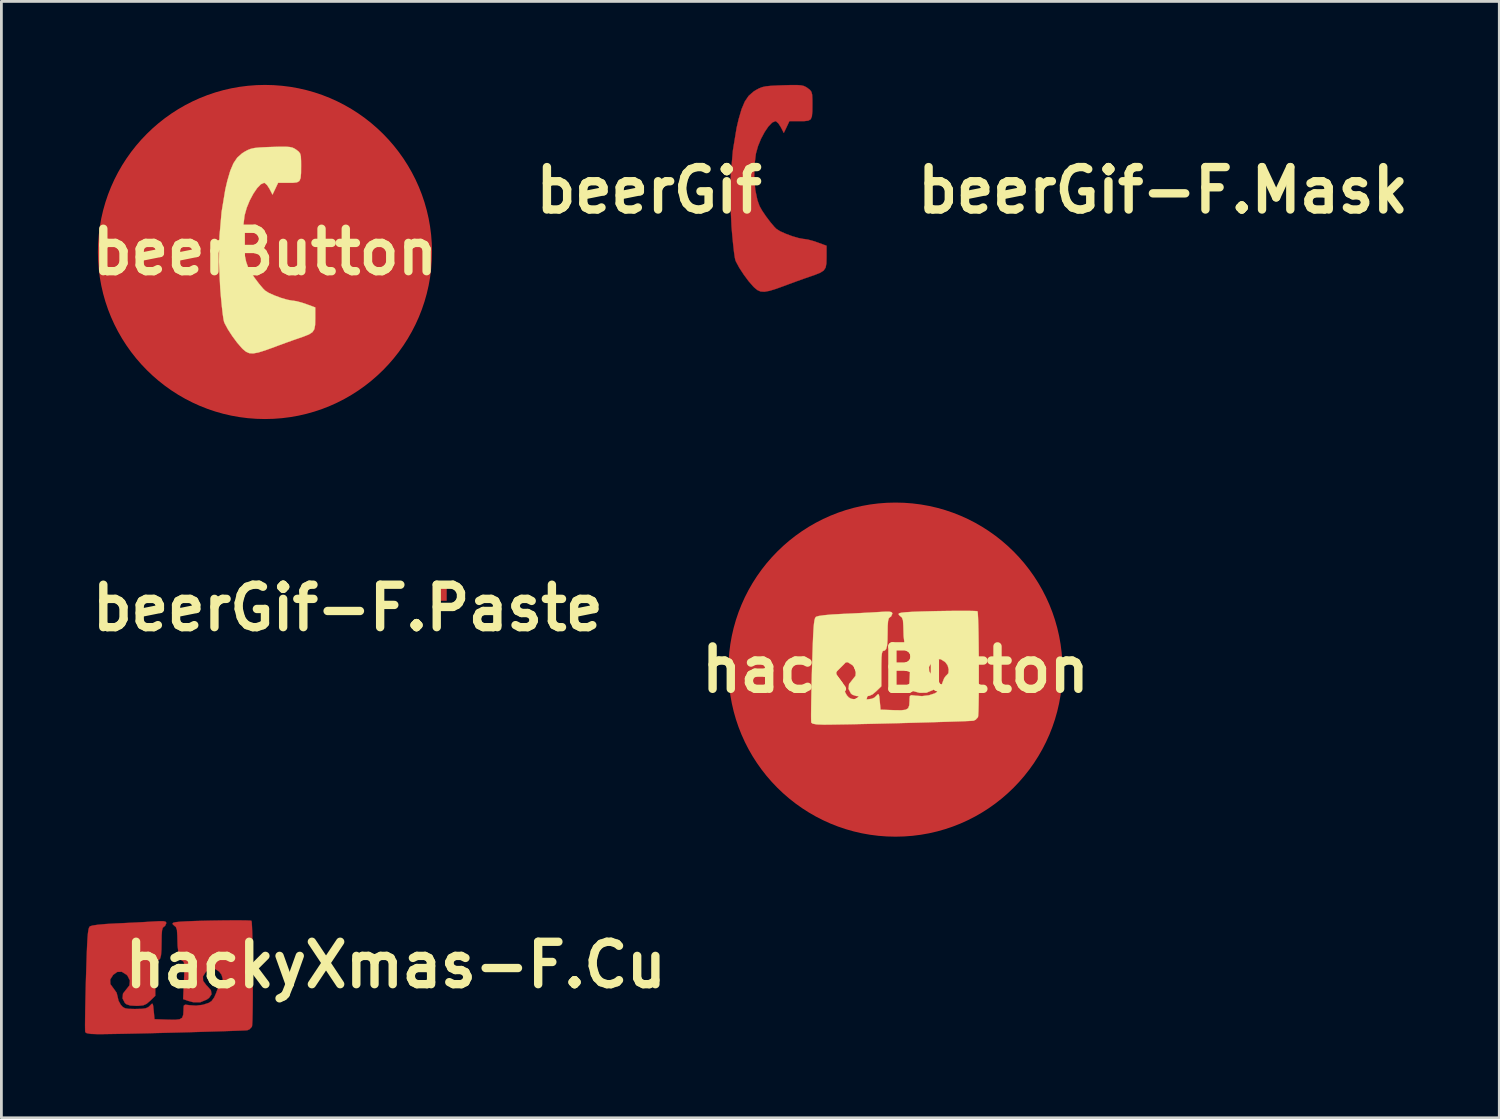
<source format=kicad_pcb>
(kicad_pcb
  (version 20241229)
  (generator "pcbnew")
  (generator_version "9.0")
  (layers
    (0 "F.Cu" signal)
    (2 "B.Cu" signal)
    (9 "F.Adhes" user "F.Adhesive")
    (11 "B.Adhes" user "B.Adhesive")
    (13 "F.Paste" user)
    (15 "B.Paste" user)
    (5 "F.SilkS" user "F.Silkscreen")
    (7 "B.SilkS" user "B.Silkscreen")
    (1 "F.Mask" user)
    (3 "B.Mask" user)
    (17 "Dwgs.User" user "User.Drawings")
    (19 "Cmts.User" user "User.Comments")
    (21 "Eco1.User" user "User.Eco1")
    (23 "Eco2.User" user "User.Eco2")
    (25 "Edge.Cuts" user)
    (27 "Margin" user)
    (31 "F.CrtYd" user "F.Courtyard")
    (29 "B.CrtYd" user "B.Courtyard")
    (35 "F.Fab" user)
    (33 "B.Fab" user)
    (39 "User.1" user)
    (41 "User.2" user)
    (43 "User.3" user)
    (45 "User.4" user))
  (footprint "hackyXmas-F.Cu"
    (layer "F.Cu")
    (at 3.035 32.116)
    (property "Reference" "hackyXmas-F.Cu" (at 8.128 -0.508 0) (layer "F.SilkS") (effects (font (size 1.524 1.524) (thickness 0.3))))
    (attr through_hole)
    (fp_poly (pts (xy 2.54 -2.111) (xy 2.765 -2.108) (xy 2.906 -2.102) (xy 2.946 -2.095) (xy 2.957 -2.031) (xy 2.966 -1.871) (xy 2.975 -1.629) (xy 2.982 -1.324) (xy 2.987 -0.97) (xy 2.991 -0.585) (xy 2.994 -0.183) (xy 2.994 0.218) (xy 2.994 0.603) (xy 2.991 0.954) (xy 2.986 1.257) (xy 2.98 1.495) (xy 2.971 1.652) (xy 2.963 1.708) (xy 2.879 1.8) (xy 2.802 1.834) (xy 2.724 1.84) (xy 2.548 1.848) (xy 2.285 1.858) (xy 1.951 1.869) (xy 1.559 1.881) (xy 1.123 1.894) (xy 0.655 1.907) (xy 0.17 1.92) (xy -0.318 1.932) (xy -0.796 1.944) (xy -1.25 1.954) (xy -1.666 1.963) (xy -2.032 1.969) (xy -2.332 1.974) (xy -2.554 1.976) (xy -2.569 1.976) (xy -2.822 1.967) (xy -2.971 1.941) (xy -3.023 1.903) (xy -3.028 1.831) (xy -3.03 1.66) (xy -3.028 1.404) (xy -3.023 1.077) (xy -3.015 0.693) (xy -3.005 0.267) (xy -2.998 0.001) (xy -2.982 -0.509) (xy -2.968 -0.918) (xy -2.955 -1.237) (xy -2.941 -1.478) (xy -2.926 -1.652) (xy -2.909 -1.77) (xy -2.889 -1.844) (xy -2.865 -1.885) (xy -2.852 -1.897) (xy -2.757 -1.926) (xy -2.565 -1.954) (xy -2.291 -1.979) (xy -1.952 -1.998) (xy -1.93 -1.999) (xy -1.583 -2.015) (xy -1.226 -2.033) (xy -0.898 -2.05) (xy -0.638 -2.066) (xy -0.607 -2.068) (xy -0.368 -2.081) (xy -0.221 -2.081) (xy -0.143 -2.065) (xy -0.115 -2.031) (xy -0.113 -2.008) (xy -0.158 -1.909) (xy -0.198 -1.883) (xy -0.24 -1.842) (xy -0.266 -1.744) (xy -0.279 -1.57) (xy -0.282 -1.353) (xy -0.287 -1.059) (xy -0.302 -0.86) (xy -0.333 -0.742) (xy -0.382 -0.687) (xy -0.429 -0.677) (xy -0.465 -0.655) (xy -0.488 -0.577) (xy -0.502 -0.428) (xy -0.507 -0.19) (xy -0.508 -0.039) (xy -0.508 0.599) (xy -0.694 0.779) (xy -0.82 0.887) (xy -0.941 0.941) (xy -1.105 0.958) (xy -1.193 0.96) (xy -1.409 0.947) (xy -1.544 0.902) (xy -1.6 0.856) (xy -1.685 0.69) (xy -1.667 0.518) (xy -1.552 0.372) (xy -1.436 0.225) (xy -1.419 0.052) (xy -1.503 -0.118) (xy -1.542 -0.159) (xy -1.711 -0.265) (xy -1.875 -0.259) (xy -2.022 -0.152) (xy -2.128 0.016) (xy -2.121 0.179) (xy -2.004 0.339) (xy -1.897 0.488) (xy -1.863 0.623) (xy -1.828 0.776) (xy -1.746 0.924) (xy -1.675 1.001) (xy -1.593 1.046) (xy -1.469 1.067) (xy -1.271 1.072) (xy -1.218 1.072) (xy -0.993 1.067) (xy -0.85 1.047) (xy -0.757 1.005) (xy -0.7 0.953) (xy -0.638 0.889) (xy -0.603 0.886) (xy -0.583 0.962) (xy -0.565 1.132) (xy -0.564 1.136) (xy -0.536 1.439) (xy -0.049 1.456) (xy 0.204 1.46) (xy 0.366 1.442) (xy 0.456 1.388) (xy 0.496 1.282) (xy 0.507 1.11) (xy 0.507 1.056) (xy 0.516 0.953) (xy 0.565 0.918) (xy 0.686 0.931) (xy 0.706 0.935) (xy 0.952 0.952) (xy 1.202 0.922) (xy 1.414 0.853) (xy 1.514 0.788) (xy 1.607 0.659) (xy 1.683 0.487) (xy 1.692 0.457) (xy 1.749 0.31) (xy 1.818 0.216) (xy 1.835 0.205) (xy 1.905 0.126) (xy 1.916 -0.008) (xy 1.872 -0.157) (xy 1.788 -0.272) (xy 1.619 -0.378) (xy 1.456 -0.371) (xy 1.308 -0.264) (xy 1.203 -0.098) (xy 1.21 0.063) (xy 1.329 0.223) (xy 1.355 0.245) (xy 1.49 0.4) (xy 1.513 0.543) (xy 1.424 0.674) (xy 1.341 0.734) (xy 1.11 0.83) (xy 0.865 0.832) (xy 0.678 0.782) (xy 0.492 0.717) (xy 0.523 0.042) (xy 0.535 -0.246) (xy 0.538 -0.439) (xy 0.53 -0.559) (xy 0.509 -0.624) (xy 0.474 -0.654) (xy 0.454 -0.66) (xy 0.381 -0.737) (xy 0.327 -0.918) (xy 0.294 -1.2) (xy 0.283 -1.568) (xy 0.27 -1.768) (xy 0.231 -1.874) (xy 0.198 -1.899) (xy 0.123 -1.966) (xy 0.113 -2.002) (xy 0.139 -2.026) (xy 0.225 -2.046) (xy 0.38 -2.062) (xy 0.614 -2.076) (xy 0.938 -2.088) (xy 1.362 -2.099) (xy 1.51 -2.102) (xy 1.896 -2.108) (xy 2.245 -2.111) (xy 2.54 -2.111)) (stroke (width 0.01) (type solid)) (fill yes) (layer "F.Cu")))
  (footprint "hackyButton"
    (layer "F.Cu")
    (at 29.111 21)
    (property "Reference" "hackyButton" (at 0 0 0) (layer "F.SilkS") (effects (font (size 1.524 1.524) (thickness 0.3))))
    (attr through_hole)
    (fp_poly (pts (xy 2.54 -2.111) (xy 2.765 -2.108) (xy 2.906 -2.102) (xy 2.946 -2.095) (xy 2.957 -2.031) (xy 2.966 -1.871) (xy 2.975 -1.629) (xy 2.982 -1.324) (xy 2.987 -0.97) (xy 2.991 -0.585) (xy 2.994 -0.183) (xy 2.994 0.218) (xy 2.994 0.603) (xy 2.991 0.954) (xy 2.986 1.257) (xy 2.98 1.495) (xy 2.971 1.652) (xy 2.963 1.708) (xy 2.879 1.8) (xy 2.802 1.834) (xy 2.724 1.84) (xy 2.548 1.848) (xy 2.285 1.858) (xy 1.951 1.869) (xy 1.559 1.881) (xy 1.123 1.894) (xy 0.655 1.907) (xy 0.17 1.92) (xy -0.318 1.932) (xy -0.796 1.944) (xy -1.25 1.954) (xy -1.666 1.963) (xy -2.032 1.969) (xy -2.332 1.974) (xy -2.554 1.976) (xy -2.569 1.976) (xy -2.822 1.967) (xy -2.971 1.941) (xy -3.023 1.903) (xy -3.028 1.831) (xy -3.03 1.66) (xy -3.028 1.404) (xy -3.023 1.077) (xy -3.015 0.693) (xy -3.005 0.267) (xy -2.998 0.001) (xy -2.982 -0.509) (xy -2.968 -0.918) (xy -2.955 -1.237) (xy -2.941 -1.478) (xy -2.926 -1.652) (xy -2.909 -1.77) (xy -2.889 -1.844) (xy -2.865 -1.885) (xy -2.852 -1.897) (xy -2.757 -1.926) (xy -2.565 -1.954) (xy -2.291 -1.979) (xy -1.952 -1.998) (xy -1.93 -1.999) (xy -1.583 -2.015) (xy -1.226 -2.033) (xy -0.898 -2.05) (xy -0.638 -2.066) (xy -0.607 -2.068) (xy -0.368 -2.081) (xy -0.221 -2.081) (xy -0.143 -2.065) (xy -0.115 -2.031) (xy -0.113 -2.008) (xy -0.158 -1.909) (xy -0.198 -1.883) (xy -0.24 -1.842) (xy -0.266 -1.744) (xy -0.279 -1.57) (xy -0.282 -1.353) (xy -0.287 -1.059) (xy -0.302 -0.86) (xy -0.333 -0.742) (xy -0.382 -0.687) (xy -0.429 -0.677) (xy -0.465 -0.655) (xy -0.488 -0.577) (xy -0.502 -0.428) (xy -0.507 -0.19) (xy -0.508 -0.039) (xy -0.508 0.599) (xy -0.694 0.779) (xy -0.82 0.887) (xy -0.941 0.941) (xy -1.105 0.958) (xy -1.193 0.96) (xy -1.409 0.947) (xy -1.544 0.902) (xy -1.6 0.856) (xy -1.685 0.69) (xy -1.667 0.518) (xy -1.552 0.372) (xy -1.436 0.225) (xy -1.419 0.052) (xy -1.503 -0.118) (xy -1.542 -0.159) (xy -1.711 -0.265) (xy -1.875 -0.259) (xy -2.022 -0.152) (xy -2.128 0.016) (xy -2.121 0.179) (xy -2.004 0.339) (xy -1.897 0.488) (xy -1.863 0.623) (xy -1.828 0.776) (xy -1.746 0.924) (xy -1.675 1.001) (xy -1.593 1.046) (xy -1.469 1.067) (xy -1.271 1.072) (xy -1.218 1.072) (xy -0.993 1.067) (xy -0.85 1.047) (xy -0.757 1.005) (xy -0.7 0.953) (xy -0.638 0.889) (xy -0.603 0.886) (xy -0.583 0.962) (xy -0.565 1.132) (xy -0.564 1.136) (xy -0.536 1.439) (xy -0.049 1.456) (xy 0.204 1.46) (xy 0.366 1.442) (xy 0.456 1.388) (xy 0.496 1.282) (xy 0.507 1.11) (xy 0.507 1.056) (xy 0.516 0.953) (xy 0.565 0.918) (xy 0.686 0.931) (xy 0.706 0.935) (xy 0.952 0.952) (xy 1.202 0.922) (xy 1.414 0.853) (xy 1.514 0.788) (xy 1.607 0.659) (xy 1.683 0.487) (xy 1.692 0.457) (xy 1.749 0.31) (xy 1.818 0.216) (xy 1.835 0.205) (xy 1.905 0.126) (xy 1.916 -0.008) (xy 1.872 -0.157) (xy 1.788 -0.272) (xy 1.619 -0.378) (xy 1.456 -0.371) (xy 1.308 -0.264) (xy 1.203 -0.098) (xy 1.21 0.063) (xy 1.329 0.223) (xy 1.355 0.245) (xy 1.49 0.4) (xy 1.513 0.543) (xy 1.424 0.674) (xy 1.341 0.734) (xy 1.11 0.83) (xy 0.865 0.832) (xy 0.678 0.782) (xy 0.492 0.717) (xy 0.523 0.042) (xy 0.535 -0.246) (xy 0.538 -0.439) (xy 0.53 -0.559) (xy 0.509 -0.624) (xy 0.474 -0.654) (xy 0.454 -0.66) (xy 0.381 -0.737) (xy 0.327 -0.918) (xy 0.294 -1.2) (xy 0.283 -1.568) (xy 0.27 -1.768) (xy 0.231 -1.874) (xy 0.198 -1.899) (xy 0.123 -1.966) (xy 0.113 -2.002) (xy 0.139 -2.026) (xy 0.225 -2.046) (xy 0.38 -2.062) (xy 0.614 -2.076) (xy 0.938 -2.088) (xy 1.362 -2.099) (xy 1.51 -2.102) (xy 1.896 -2.108) (xy 2.245 -2.111) (xy 2.54 -2.111)) (stroke (width 0.01) (type solid)) (fill yes) (layer "F.SilkS"))
    (pad "1" smd circle (at 0 0) (size 12 12) (layers "F.Cu" "F.Mask" "F.Paste")))
  (footprint "beerGif-F.Mask"
    (layer "F.Cu")
    (at 43.292 3.785)
    (property "Reference" "beerGif-F.Mask" (at -4.572 0 0) (layer "F.SilkS") (effects (font (size 1.524 1.524) (thickness 0.3))))
    (attr through_hole)
    (fp_poly (pts (xy 0.89 -3.77) (xy 0.991 -3.747) (xy 1.071 -3.708) (xy 1.125 -3.672) (xy 1.212 -3.604) (xy 1.263 -3.535) (xy 1.289 -3.433) (xy 1.297 -3.269) (xy 1.298 -3.105) (xy 1.296 -2.834) (xy 1.28 -2.656) (xy 1.236 -2.551) (xy 1.15 -2.501) (xy 1.007 -2.485) (xy 0.851 -2.484) (xy 0.472 -2.484) (xy 0.372 -2.272) (xy 0.271 -2.061) (xy 0.162 -2.272) (xy 0.076 -2.404) (xy -0.009 -2.478) (xy -0.032 -2.484) (xy -0.147 -2.433) (xy -0.28 -2.296) (xy -0.417 -2.095) (xy -0.547 -1.852) (xy -0.655 -1.589) (xy -0.728 -1.329) (xy -0.733 -1.305) (xy -0.785 -0.881) (xy -0.791 -0.44) (xy -0.754 -0.015) (xy -0.675 0.359) (xy -0.601 0.564) (xy -0.51 0.727) (xy -0.371 0.932) (xy -0.213 1.142) (xy -0.065 1.317) (xy 0.007 1.388) (xy 0.139 1.471) (xy 0.343 1.562) (xy 0.577 1.649) (xy 0.804 1.715) (xy 0.983 1.748) (xy 1.014 1.75) (xy 1.137 1.769) (xy 1.32 1.818) (xy 1.476 1.87) (xy 1.806 1.991) (xy 1.806 2.405) (xy 1.801 2.622) (xy 1.774 2.772) (xy 1.706 2.878) (xy 1.579 2.961) (xy 1.372 3.043) (xy 1.214 3.097) (xy 1.006 3.169) (xy 0.738 3.265) (xy 0.455 3.369) (xy 0.339 3.413) (xy 0.008 3.533) (xy -0.24 3.61) (xy -0.423 3.643) (xy -0.563 3.634) (xy -0.678 3.583) (xy -0.79 3.491) (xy -0.823 3.458) (xy -0.994 3.262) (xy -1.171 3.023) (xy -1.331 2.777) (xy -1.446 2.563) (xy -1.468 2.51) (xy -1.49 2.408) (xy -1.518 2.215) (xy -1.548 1.95) (xy -1.579 1.635) (xy -1.607 1.296) (xy -1.651 0.355) (xy -1.633 -0.564) (xy -1.557 -1.437) (xy -1.424 -2.243) (xy -1.352 -2.553) (xy -1.246 -2.915) (xy -1.131 -3.186) (xy -0.995 -3.388) (xy -0.825 -3.54) (xy -0.737 -3.597) (xy -0.619 -3.661) (xy -0.506 -3.705) (xy -0.37 -3.735) (xy -0.186 -3.753) (xy 0.072 -3.766) (xy 0.236 -3.772) (xy 0.536 -3.78) (xy 0.746 -3.78) (xy 0.89 -3.77)) (stroke (width 0.01) (type solid)) (fill yes) (layer "F.Mask")))
  (footprint "beerGif"
    (layer "F.Cu")
    (at 24.83 3.785)
    (property "Reference" "beerGif" (at -4.572 0 0) (layer "F.SilkS") (effects (font (size 1.524 1.524) (thickness 0.3))))
    (attr through_hole)
    (fp_poly (pts (xy 0.89 -3.77) (xy 0.991 -3.747) (xy 1.071 -3.708) (xy 1.125 -3.672) (xy 1.212 -3.604) (xy 1.263 -3.535) (xy 1.289 -3.433) (xy 1.297 -3.269) (xy 1.298 -3.105) (xy 1.296 -2.834) (xy 1.28 -2.656) (xy 1.236 -2.551) (xy 1.15 -2.501) (xy 1.007 -2.485) (xy 0.851 -2.484) (xy 0.472 -2.484) (xy 0.372 -2.272) (xy 0.271 -2.061) (xy 0.162 -2.272) (xy 0.076 -2.404) (xy -0.009 -2.478) (xy -0.032 -2.484) (xy -0.147 -2.433) (xy -0.28 -2.296) (xy -0.417 -2.095) (xy -0.547 -1.852) (xy -0.655 -1.589) (xy -0.728 -1.329) (xy -0.733 -1.305) (xy -0.785 -0.881) (xy -0.791 -0.44) (xy -0.754 -0.015) (xy -0.675 0.359) (xy -0.601 0.564) (xy -0.51 0.727) (xy -0.371 0.932) (xy -0.213 1.142) (xy -0.065 1.317) (xy 0.007 1.388) (xy 0.139 1.471) (xy 0.343 1.562) (xy 0.577 1.649) (xy 0.804 1.715) (xy 0.983 1.748) (xy 1.014 1.75) (xy 1.137 1.769) (xy 1.32 1.818) (xy 1.476 1.87) (xy 1.806 1.991) (xy 1.806 2.405) (xy 1.801 2.622) (xy 1.774 2.772) (xy 1.706 2.878) (xy 1.579 2.961) (xy 1.372 3.043) (xy 1.214 3.097) (xy 1.006 3.169) (xy 0.738 3.265) (xy 0.455 3.369) (xy 0.339 3.413) (xy 0.008 3.533) (xy -0.24 3.61) (xy -0.423 3.643) (xy -0.563 3.634) (xy -0.678 3.583) (xy -0.79 3.491) (xy -0.823 3.458) (xy -0.994 3.262) (xy -1.171 3.023) (xy -1.331 2.777) (xy -1.446 2.563) (xy -1.468 2.51) (xy -1.49 2.408) (xy -1.518 2.215) (xy -1.548 1.95) (xy -1.579 1.635) (xy -1.607 1.296) (xy -1.651 0.355) (xy -1.633 -0.564) (xy -1.557 -1.437) (xy -1.424 -2.243) (xy -1.352 -2.553) (xy -1.246 -2.915) (xy -1.131 -3.186) (xy -0.995 -3.388) (xy -0.825 -3.54) (xy -0.737 -3.597) (xy -0.619 -3.661) (xy -0.506 -3.705) (xy -0.37 -3.735) (xy -0.186 -3.753) (xy 0.072 -3.766) (xy 0.236 -3.772) (xy 0.536 -3.78) (xy 0.746 -3.78) (xy 0.89 -3.77)) (stroke (width 0.01) (type solid)) (fill yes) (layer "F.Cu")))
  (footprint "beerGif-F.Paste"
    (layer "F.Cu")
    (at 14.014 18.785)
    (property "Reference" "beerGif-F.Paste" (at -4.572 0 0) (layer "F.SilkS") (effects (font (size 1.524 1.524) (thickness 0.3))))
    (attr through_hole)
    (fp_poly (pts (xy 0.89 -3.77) (xy 0.991 -3.747) (xy 1.071 -3.708) (xy 1.125 -3.672) (xy 1.212 -3.604) (xy 1.263 -3.535) (xy 1.289 -3.433) (xy 1.297 -3.269) (xy 1.298 -3.105) (xy 1.296 -2.834) (xy 1.28 -2.656) (xy 1.236 -2.551) (xy 1.15 -2.501) (xy 1.007 -2.485) (xy 0.851 -2.484) (xy 0.472 -2.484) (xy 0.372 -2.272) (xy 0.271 -2.061) (xy 0.162 -2.272) (xy 0.076 -2.404) (xy -0.009 -2.478) (xy -0.032 -2.484) (xy -0.147 -2.433) (xy -0.28 -2.296) (xy -0.417 -2.095) (xy -0.547 -1.852) (xy -0.655 -1.589) (xy -0.728 -1.329) (xy -0.733 -1.305) (xy -0.785 -0.881) (xy -0.791 -0.44) (xy -0.754 -0.015) (xy -0.675 0.359) (xy -0.601 0.564) (xy -0.51 0.727) (xy -0.371 0.932) (xy -0.213 1.142) (xy -0.065 1.317) (xy 0.007 1.388) (xy 0.139 1.471) (xy 0.343 1.562) (xy 0.577 1.649) (xy 0.804 1.715) (xy 0.983 1.748) (xy 1.014 1.75) (xy 1.137 1.769) (xy 1.32 1.818) (xy 1.476 1.87) (xy 1.806 1.991) (xy 1.806 2.405) (xy 1.801 2.622) (xy 1.774 2.772) (xy 1.706 2.878) (xy 1.579 2.961) (xy 1.372 3.043) (xy 1.214 3.097) (xy 1.006 3.169) (xy 0.738 3.265) (xy 0.455 3.369) (xy 0.339 3.413) (xy 0.008 3.533) (xy -0.24 3.61) (xy -0.423 3.643) (xy -0.563 3.634) (xy -0.678 3.583) (xy -0.79 3.491) (xy -0.823 3.458) (xy -0.994 3.262) (xy -1.171 3.023) (xy -1.331 2.777) (xy -1.446 2.563) (xy -1.468 2.51) (xy -1.49 2.408) (xy -1.518 2.215) (xy -1.548 1.95) (xy -1.579 1.635) (xy -1.607 1.296) (xy -1.651 0.355) (xy -1.633 -0.564) (xy -1.557 -1.437) (xy -1.424 -2.243) (xy -1.352 -2.553) (xy -1.246 -2.915) (xy -1.131 -3.186) (xy -0.995 -3.388) (xy -0.825 -3.54) (xy -0.737 -3.597) (xy -0.619 -3.661) (xy -0.506 -3.705) (xy -0.37 -3.735) (xy -0.186 -3.753) (xy 0.072 -3.766) (xy 0.236 -3.772) (xy 0.536 -3.78) (xy 0.746 -3.78) (xy 0.89 -3.77)) (stroke (width 0.01) (type solid)) (fill yes) (layer "F.Paste"))
    (pad "1" smd trapezoid (at -1.27 -0.508) (size 0.5 0.5) (layers "F.Cu" "F.Paste")))
  (footprint "beerButton"
    (layer "F.Cu")
    (at 6.466 6)
    (property "Reference" "beerButton" (at 0 0 0) (layer "F.SilkS") (effects (font (size 1.524 1.524) (thickness 0.3))))
    (attr through_hole)
    (fp_poly (pts (xy 0.89 -3.77) (xy 0.991 -3.747) (xy 1.071 -3.708) (xy 1.125 -3.672) (xy 1.212 -3.604) (xy 1.263 -3.535) (xy 1.289 -3.433) (xy 1.297 -3.269) (xy 1.298 -3.105) (xy 1.296 -2.834) (xy 1.28 -2.656) (xy 1.236 -2.551) (xy 1.15 -2.501) (xy 1.007 -2.485) (xy 0.851 -2.484) (xy 0.472 -2.484) (xy 0.372 -2.272) (xy 0.271 -2.061) (xy 0.162 -2.272) (xy 0.076 -2.404) (xy -0.009 -2.478) (xy -0.032 -2.484) (xy -0.147 -2.433) (xy -0.28 -2.296) (xy -0.417 -2.095) (xy -0.547 -1.852) (xy -0.655 -1.589) (xy -0.728 -1.329) (xy -0.733 -1.305) (xy -0.785 -0.881) (xy -0.791 -0.44) (xy -0.754 -0.015) (xy -0.675 0.359) (xy -0.601 0.564) (xy -0.51 0.727) (xy -0.371 0.932) (xy -0.213 1.142) (xy -0.065 1.317) (xy 0.007 1.388) (xy 0.139 1.471) (xy 0.343 1.562) (xy 0.577 1.649) (xy 0.804 1.715) (xy 0.983 1.748) (xy 1.014 1.75) (xy 1.137 1.769) (xy 1.32 1.818) (xy 1.476 1.87) (xy 1.806 1.991) (xy 1.806 2.405) (xy 1.801 2.622) (xy 1.774 2.772) (xy 1.706 2.878) (xy 1.579 2.961) (xy 1.372 3.043) (xy 1.214 3.097) (xy 1.006 3.169) (xy 0.738 3.265) (xy 0.455 3.369) (xy 0.339 3.413) (xy 0.008 3.533) (xy -0.24 3.61) (xy -0.423 3.643) (xy -0.563 3.634) (xy -0.678 3.583) (xy -0.79 3.491) (xy -0.823 3.458) (xy -0.994 3.262) (xy -1.171 3.023) (xy -1.331 2.777) (xy -1.446 2.563) (xy -1.468 2.51) (xy -1.49 2.408) (xy -1.518 2.215) (xy -1.548 1.95) (xy -1.579 1.635) (xy -1.607 1.296) (xy -1.651 0.355) (xy -1.633 -0.564) (xy -1.557 -1.437) (xy -1.424 -2.243) (xy -1.352 -2.553) (xy -1.246 -2.915) (xy -1.131 -3.186) (xy -0.995 -3.388) (xy -0.825 -3.54) (xy -0.737 -3.597) (xy -0.619 -3.661) (xy -0.506 -3.705) (xy -0.37 -3.735) (xy -0.186 -3.753) (xy 0.072 -3.766) (xy 0.236 -3.772) (xy 0.536 -3.78) (xy 0.746 -3.78) (xy 0.89 -3.77)) (stroke (width 0.01) (type solid)) (fill yes) (layer "F.SilkS"))
    (pad "1" smd circle (at 0 0) (size 12 12) (layers "F.Cu" "F.Mask" "F.Paste")))
  (gr_rect
    (start -3 -3)
    (end 50.798 37.097)
    (stroke (width 0.1) (type default))
    (fill no)
    (layer "Edge.Cuts")))
</source>
